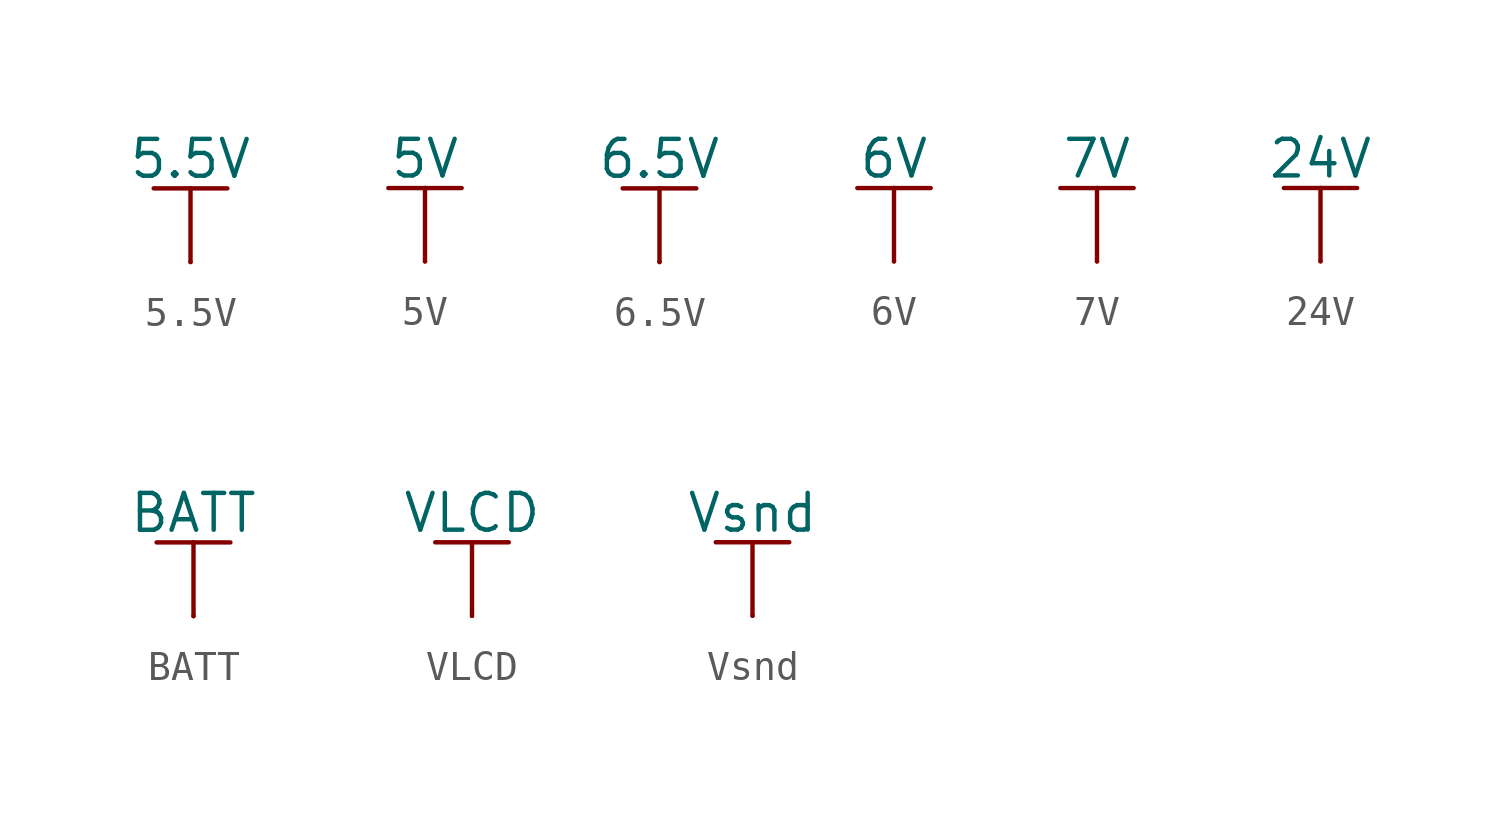
<source format=kicad_sym>
(kicad_symbol_lib
  (version 20231120)
  (generator "kicad_symbol_editor")
  (generator_version "8.0")
  (symbol "5.5V"
    (power)
    (pin_numbers hide)
    (pin_names
      (offset 0) hide)
    (property "Reference" "#PWR"
      (at 0 -3.81 0)
      (effects (font (size 1.27 1.27)) (hide yes)))
    (property "Value" "5.5V"
      (at 0 3.556 0)
      (effects (font (size 1.27 1.27))))
    (symbol "5.5V_0_1"
      (polyline (pts (xy -1.27 2.54) (xy 0 2.54)) (stroke (width 0) (type default)) (fill (type none)))
      (polyline (pts (xy 0 0) (xy 0 2.54)) (stroke (width 0) (type default)) (fill (type none)))
      (polyline (pts (xy 0 2.54) (xy 1.27 2.54)) (stroke (width 0) (type default)) (fill (type none))))
    (symbol "5.5V_1_1"
      (pin power_in line (at 0 0 90) (length 0) (name "~" (effects (font (size 1.27 1.27)))) (number "1" (effects (font (size 1.27 1.27)))))))
  (symbol "5V"
    (power)
    (pin_numbers hide)
    (pin_names
      (offset 0) hide)
    (property "Reference" "#PWR"
      (at 0 -3.81 0)
      (effects (font (size 1.27 1.27)) (hide yes)))
    (property "Value" "5V"
      (at 0 3.556 0)
      (effects (font (size 1.27 1.27))))
    (symbol "5V_0_1"
      (polyline (pts (xy -1.27 2.54) (xy 0 2.54)) (stroke (width 0) (type default)) (fill (type none)))
      (polyline (pts (xy 0 0) (xy 0 2.54)) (stroke (width 0) (type default)) (fill (type none)))
      (polyline (pts (xy 0 2.54) (xy 1.27 2.54)) (stroke (width 0) (type default)) (fill (type none))))
    (symbol "5V_1_1"
      (pin power_in line (at 0 0 90) (length 0) (name "~" (effects (font (size 1.27 1.27)))) (number "1" (effects (font (size 1.27 1.27)))))))
  (symbol "6.5V"
    (power)
    (pin_numbers hide)
    (pin_names
      (offset 0) hide)
    (property "Reference" "#PWR"
      (at 0 -3.81 0)
      (effects (font (size 1.27 1.27)) (hide yes)))
    (property "Value" "6.5V"
      (at 0 3.556 0)
      (effects (font (size 1.27 1.27))))
    (symbol "6.5V_0_1"
      (polyline (pts (xy -1.27 2.54) (xy 0 2.54)) (stroke (width 0) (type default)) (fill (type none)))
      (polyline (pts (xy 0 0) (xy 0 2.54)) (stroke (width 0) (type default)) (fill (type none)))
      (polyline (pts (xy 0 2.54) (xy 1.27 2.54)) (stroke (width 0) (type default)) (fill (type none))))
    (symbol "6.5V_1_1"
      (pin power_in line (at 0 0 90) (length 0) (name "~" (effects (font (size 1.27 1.27)))) (number "1" (effects (font (size 1.27 1.27)))))))
  (symbol "6V"
    (power)
    (pin_numbers hide)
    (pin_names
      (offset 0) hide)
    (property "Reference" "#PWR"
      (at 0 -3.81 0)
      (effects (font (size 1.27 1.27)) (hide yes)))
    (property "Value" "6V"
      (at 0 3.556 0)
      (effects (font (size 1.27 1.27))))
    (symbol "6V_0_1"
      (polyline (pts (xy -1.27 2.54) (xy 0 2.54)) (stroke (width 0) (type default)) (fill (type none)))
      (polyline (pts (xy 0 0) (xy 0 2.54)) (stroke (width 0) (type default)) (fill (type none)))
      (polyline (pts (xy 0 2.54) (xy 1.27 2.54)) (stroke (width 0) (type default)) (fill (type none))))
    (symbol "6V_1_1"
      (pin power_in line (at 0 0 90) (length 0) (name "~" (effects (font (size 1.27 1.27)))) (number "1" (effects (font (size 1.27 1.27)))))))
  (symbol "7V"
    (power)
    (pin_numbers hide)
    (pin_names
      (offset 0) hide)
    (property "Reference" "#PWR"
      (at 0 -3.81 0)
      (effects (font (size 1.27 1.27)) (hide yes)))
    (property "Value" "7V"
      (at 0 3.556 0)
      (effects (font (size 1.27 1.27))))
    (symbol "7V_0_1"
      (polyline (pts (xy -1.27 2.54) (xy 0 2.54)) (stroke (width 0) (type default)) (fill (type none)))
      (polyline (pts (xy 0 0) (xy 0 2.54)) (stroke (width 0) (type default)) (fill (type none)))
      (polyline (pts (xy 0 2.54) (xy 1.27 2.54)) (stroke (width 0) (type default)) (fill (type none))))
    (symbol "7V_1_1"
      (pin power_in line (at 0 0 90) (length 0) (name "~" (effects (font (size 1.27 1.27)))) (number "1" (effects (font (size 1.27 1.27)))))))
  (symbol "24V"
    (power)
    (pin_numbers hide)
    (pin_names
      (offset 0) hide)
    (property "Reference" "#PWR"
      (at 0 -3.81 0)
      (effects (font (size 1.27 1.27)) (hide yes)))
    (property "Value" "24V"
      (at 0 3.556 0)
      (effects (font (size 1.27 1.27))))
    (symbol "24V_0_1"
      (polyline (pts (xy -1.27 2.54) (xy 0 2.54)) (stroke (width 0) (type default)) (fill (type none)))
      (polyline (pts (xy 0 0) (xy 0 2.54)) (stroke (width 0) (type default)) (fill (type none)))
      (polyline (pts (xy 0 2.54) (xy 1.27 2.54)) (stroke (width 0) (type default)) (fill (type none))))
    (symbol "24V_1_1"
      (pin power_in line (at 0 0 90) (length 0) (name "~" (effects (font (size 1.27 1.27)))) (number "1" (effects (font (size 1.27 1.27)))))))
  (symbol "BATT"
    (power)
    (pin_numbers hide)
    (pin_names
      (offset 0) hide)
    (property "Reference" "#PWR"
      (at 0 -3.81 0)
      (effects (font (size 1.27 1.27)) (hide yes)))
    (property "Value" "BATT"
      (at 0 3.556 0)
      (effects (font (size 1.27 1.27))))
    (symbol "BATT_0_1"
      (polyline (pts (xy -1.27 2.54) (xy 0 2.54)) (stroke (width 0) (type default)) (fill (type none)))
      (polyline (pts (xy 0 0) (xy 0 2.54)) (stroke (width 0) (type default)) (fill (type none)))
      (polyline (pts (xy 0 2.54) (xy 1.27 2.54)) (stroke (width 0) (type default)) (fill (type none))))
    (symbol "BATT_1_1"
      (pin power_in line (at 0 0 90) (length 0) (name "~" (effects (font (size 1.27 1.27)))) (number "1" (effects (font (size 1.27 1.27)))))))
  (symbol "VLCD"
    (power)
    (pin_numbers hide)
    (pin_names
      (offset 0) hide)
    (property "Reference" "#PWR"
      (at 0 -3.81 0)
      (effects (font (size 1.27 1.27)) (hide yes)))
    (property "Value" "VLCD"
      (at 0 3.556 0)
      (effects (font (size 1.27 1.27))))
    (symbol "VLCD_0_1"
      (polyline (pts (xy -1.27 2.54) (xy 0 2.54)) (stroke (width 0) (type default)) (fill (type none)))
      (polyline (pts (xy 0 0) (xy 0 2.54)) (stroke (width 0) (type default)) (fill (type none)))
      (polyline (pts (xy 0 2.54) (xy 1.27 2.54)) (stroke (width 0) (type default)) (fill (type none))))
    (symbol "VLCD_1_1"
      (pin power_in line (at 0 0 90) (length 0) (name "~" (effects (font (size 1.27 1.27)))) (number "1" (effects (font (size 1.27 1.27)))))))
  (symbol "Vsnd"
    (power)
    (pin_numbers hide)
    (pin_names
      (offset 0) hide)
    (property "Reference" "#PWR"
      (at 0 -3.81 0)
      (effects (font (size 1.27 1.27)) (hide yes)))
    (property "Value" "Vsnd"
      (at 0 3.556 0)
      (effects (font (size 1.27 1.27))))
    (symbol "Vsnd_0_1"
      (polyline (pts (xy -1.27 2.54) (xy 0 2.54)) (stroke (width 0) (type default)) (fill (type none)))
      (polyline (pts (xy 0 0) (xy 0 2.54)) (stroke (width 0) (type default)) (fill (type none)))
      (polyline (pts (xy 0 2.54) (xy 1.27 2.54)) (stroke (width 0) (type default)) (fill (type none))))
    (symbol "Vsnd_1_1"
      (pin power_in line (at 0 0 90) (length 0) (name "~" (effects (font (size 1.27 1.27)))) (number "1" (effects (font (size 1.27 1.27))))))))
</source>
